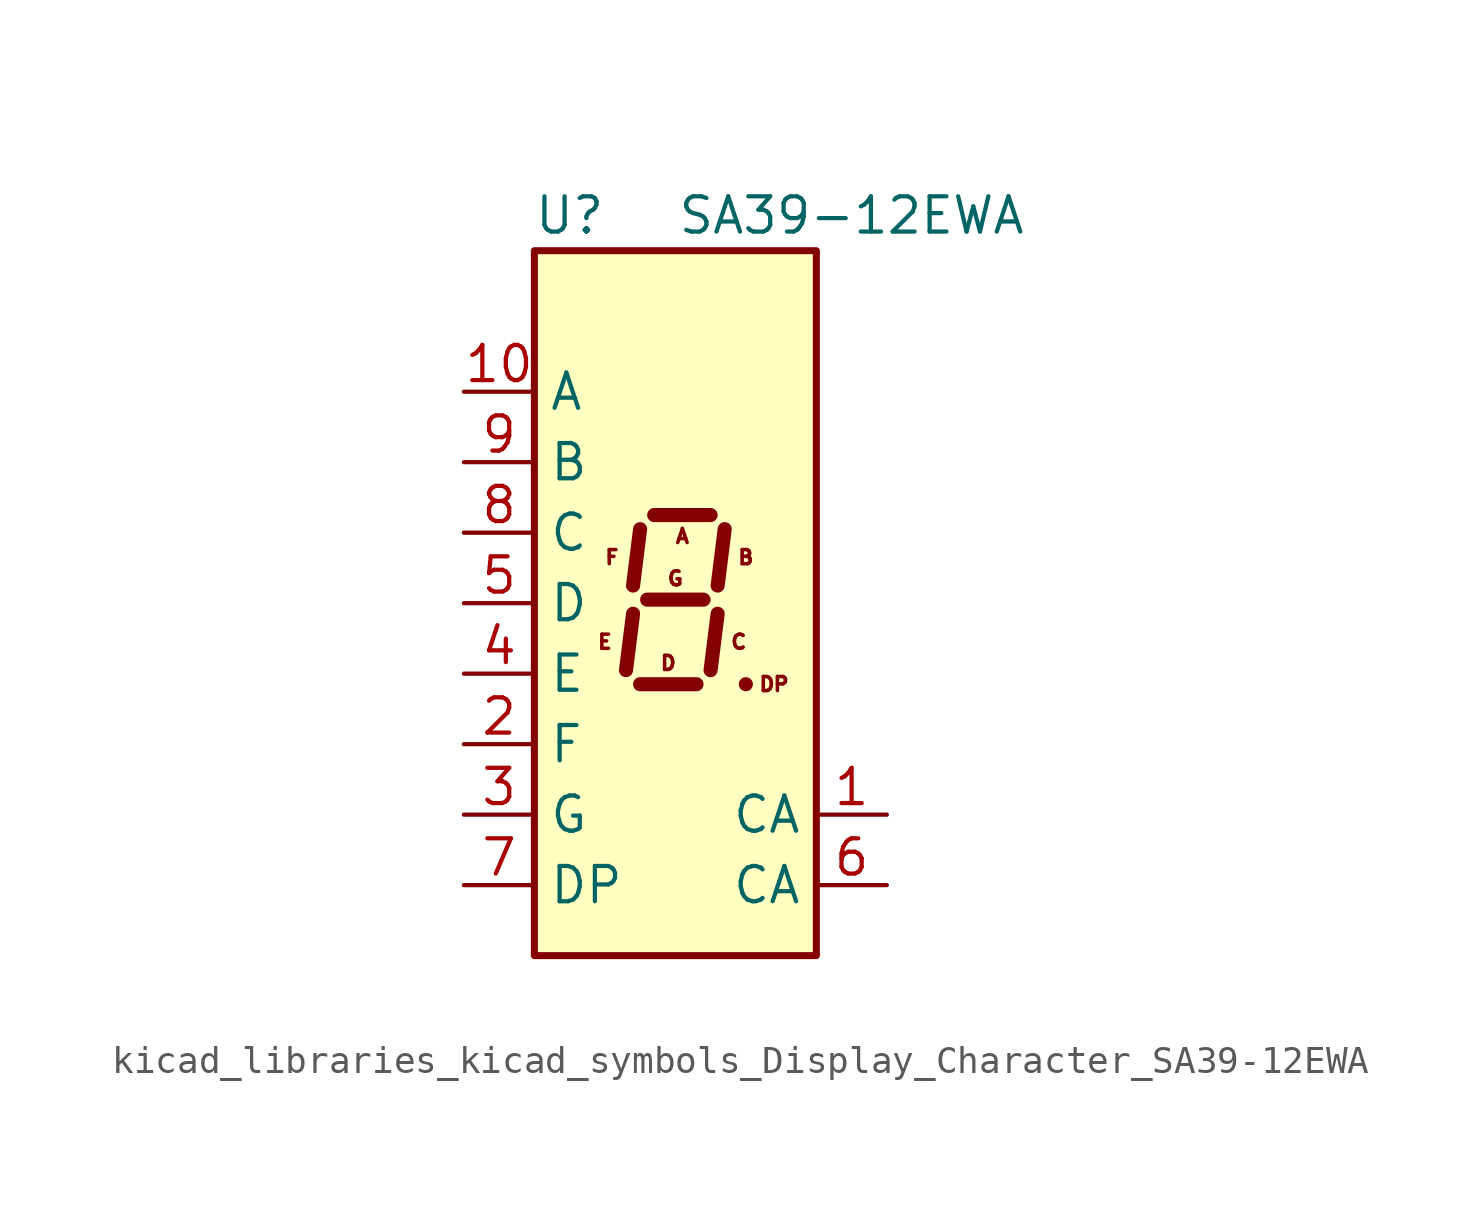
<source format=kicad_sym>
(kicad_symbol_lib
  (version 20220914)
  (generator kicad_symbol_editor)
  (symbol "kicad_libraries_kicad_symbols_Display_Character_SA39-12EWA"
    (property "Reference" "U"
      (at -3.81 13.97 0)
      (effects (font (size 1.27 1.27))))
    (property "Value" "SA39-12EWA"
      (at 6.35 13.97 0)
      (effects (font (size 1.27 1.27))))
    (symbol "kicad_libraries_kicad_symbols_Display_Character_SA39-12EWA_1_0"
      (text "A" (at 0.254 2.413 0) (effects (font (size 0.508 0.508))))
      (text "B" (at 2.54 1.651 0) (effects (font (size 0.508 0.508))))
      (text "C" (at 2.286 -1.397 0) (effects (font (size 0.508 0.508))))
      (text "D" (at -0.254 -2.159 0) (effects (font (size 0.508 0.508))))
      (text "DP" (at 3.556 -2.921 0) (effects (font (size 0.508 0.508))))
      (text "E" (at -2.54 -1.397 0) (effects (font (size 0.508 0.508))))
      (text "F" (at -2.286 1.651 0) (effects (font (size 0.508 0.508))))
      (text "G" (at 0 0.889 0) (effects (font (size 0.508 0.508)))))
    (symbol "kicad_libraries_kicad_symbols_Display_Character_SA39-12EWA_1_1"
      (rectangle (start -5.08 12.7) (end 5.08 -12.7) (stroke (width 0.254) (type default)) (fill (type background)))
      (polyline (pts (xy -1.524 -0.381) (xy -1.778 -2.413)) (stroke (width 0.508) (type default)) (fill (type none)))
      (polyline (pts (xy -1.27 -2.921) (xy 0.762 -2.921)) (stroke (width 0.508) (type default)) (fill (type none)))
      (polyline (pts (xy -1.27 2.667) (xy -1.524 0.635)) (stroke (width 0.508) (type default)) (fill (type none)))
      (polyline (pts (xy -1.016 0.127) (xy 1.016 0.127)) (stroke (width 0.508) (type default)) (fill (type none)))
      (polyline (pts (xy -0.762 3.175) (xy 1.27 3.175)) (stroke (width 0.508) (type default)) (fill (type none)))
      (polyline (pts (xy 1.524 -0.381) (xy 1.27 -2.413)) (stroke (width 0.508) (type default)) (fill (type none)))
      (polyline (pts (xy 1.778 2.667) (xy 1.524 0.635)) (stroke (width 0.508) (type default)) (fill (type none)))
      (polyline (pts (xy 2.54 -2.921) (xy 2.54 -2.921)) (stroke (width 0.508) (type default)) (fill (type none)))
      (pin input line (at 7.62 -7.62 180) (length 2.54) (name "CA" (effects (font (size 1.27 1.27)))) (number "1" (effects (font (size 1.27 1.27)))))
      (pin input line (at -7.62 7.62 0) (length 2.54) (name "A" (effects (font (size 1.27 1.27)))) (number "10" (effects (font (size 1.27 1.27)))))
      (pin input line (at -7.62 -5.08 0) (length 2.54) (name "F" (effects (font (size 1.27 1.27)))) (number "2" (effects (font (size 1.27 1.27)))))
      (pin input line (at -7.62 -7.62 0) (length 2.54) (name "G" (effects (font (size 1.27 1.27)))) (number "3" (effects (font (size 1.27 1.27)))))
      (pin input line (at -7.62 -2.54 0) (length 2.54) (name "E" (effects (font (size 1.27 1.27)))) (number "4" (effects (font (size 1.27 1.27)))))
      (pin input line (at -7.62 0 0) (length 2.54) (name "D" (effects (font (size 1.27 1.27)))) (number "5" (effects (font (size 1.27 1.27)))))
      (pin input line (at 7.62 -10.16 180) (length 2.54) (name "CA" (effects (font (size 1.27 1.27)))) (number "6" (effects (font (size 1.27 1.27)))))
      (pin input line (at -7.62 -10.16 0) (length 2.54) (name "DP" (effects (font (size 1.27 1.27)))) (number "7" (effects (font (size 1.27 1.27)))))
      (pin input line (at -7.62 2.54 0) (length 2.54) (name "C" (effects (font (size 1.27 1.27)))) (number "8" (effects (font (size 1.27 1.27)))))
      (pin input line (at -7.62 5.08 0) (length 2.54) (name "B" (effects (font (size 1.27 1.27)))) (number "9" (effects (font (size 1.27 1.27))))))))
</source>
